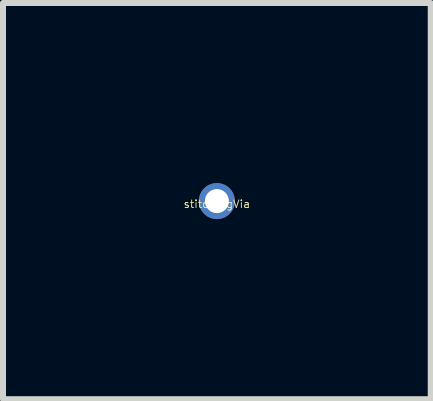
<source format=kicad_pcb>
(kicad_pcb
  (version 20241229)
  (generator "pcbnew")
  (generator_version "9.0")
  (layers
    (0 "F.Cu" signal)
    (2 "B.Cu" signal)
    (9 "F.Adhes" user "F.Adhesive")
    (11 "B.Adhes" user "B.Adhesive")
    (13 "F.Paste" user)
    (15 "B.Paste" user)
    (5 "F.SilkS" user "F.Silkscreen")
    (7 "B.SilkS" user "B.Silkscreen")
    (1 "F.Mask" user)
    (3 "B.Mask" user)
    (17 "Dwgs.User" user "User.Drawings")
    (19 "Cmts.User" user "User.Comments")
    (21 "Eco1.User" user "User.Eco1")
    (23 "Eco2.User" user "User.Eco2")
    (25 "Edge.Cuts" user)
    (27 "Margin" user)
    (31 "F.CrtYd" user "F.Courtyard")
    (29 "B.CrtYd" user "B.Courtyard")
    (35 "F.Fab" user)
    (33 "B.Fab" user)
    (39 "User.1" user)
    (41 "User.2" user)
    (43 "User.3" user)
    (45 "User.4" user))
  (footprint "stitchingVia"
    (layer "F.Cu")
    (at 0.563 0.3)
    (property "Reference" "stitchingVia" (at 0 0.05 0) (layer "F.SilkS") (effects (font (size 0.127 0.127) (thickness 0.015))))
    (attr through_hole)
    (pad "1" thru_hole circle (at 0 0) (size 0.6 0.6) (drill 0.4) (layers "*.Cu")))
  (gr_rect
    (start -3 -3)
    (end 4.126 3.6)
    (stroke (width 0.1) (type default))
    (fill no)
    (layer "Edge.Cuts")))
</source>
